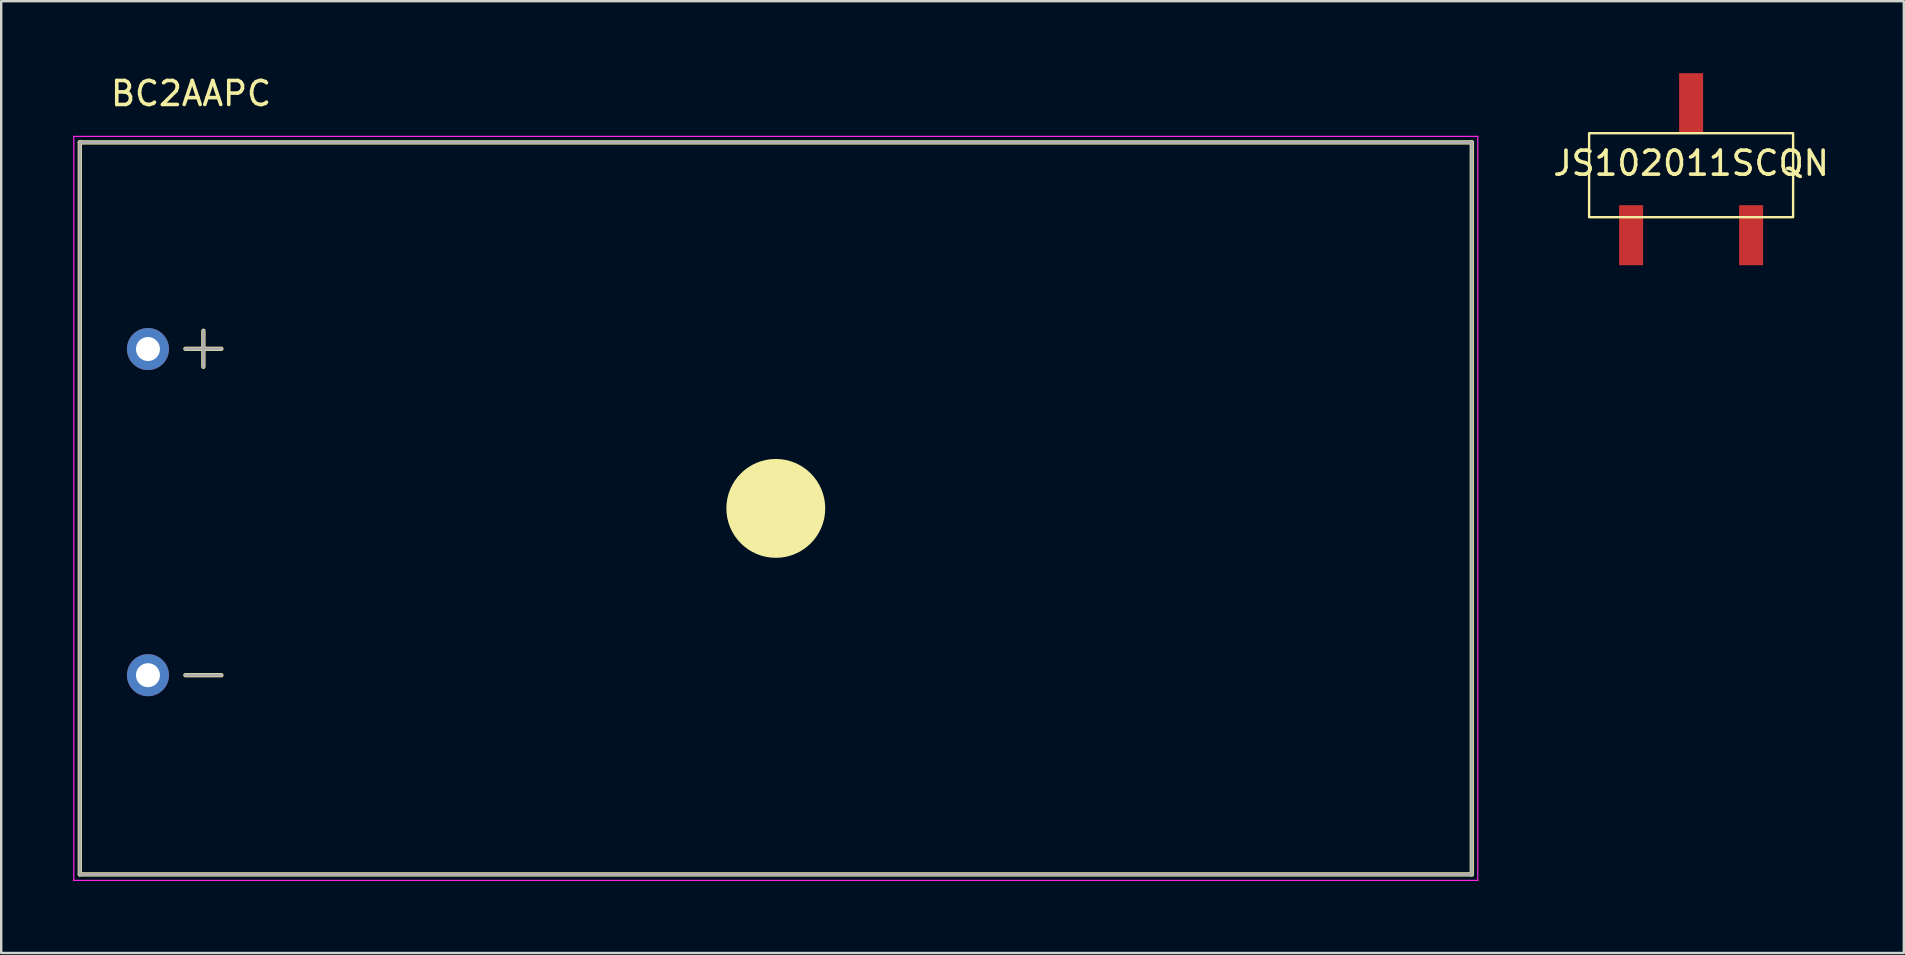
<source format=kicad_pcb>
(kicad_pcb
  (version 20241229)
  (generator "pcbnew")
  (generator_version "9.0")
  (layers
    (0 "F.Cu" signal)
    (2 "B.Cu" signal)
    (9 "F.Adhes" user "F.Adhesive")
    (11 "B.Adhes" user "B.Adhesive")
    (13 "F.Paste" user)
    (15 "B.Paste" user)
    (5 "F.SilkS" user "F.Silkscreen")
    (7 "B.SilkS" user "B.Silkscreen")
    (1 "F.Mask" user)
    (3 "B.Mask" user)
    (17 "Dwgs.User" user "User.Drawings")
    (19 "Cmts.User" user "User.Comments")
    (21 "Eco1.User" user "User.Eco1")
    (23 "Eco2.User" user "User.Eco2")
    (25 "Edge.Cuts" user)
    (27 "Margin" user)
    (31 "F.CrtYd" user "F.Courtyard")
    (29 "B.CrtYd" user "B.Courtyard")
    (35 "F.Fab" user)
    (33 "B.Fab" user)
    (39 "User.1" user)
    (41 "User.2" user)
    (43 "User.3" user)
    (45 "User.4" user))
  (footprint "JS102011SCQN"
    (layer "F.Cu")
    (at 67.413 4.25)
    (property "Reference" "JS102011SCQN" (at 0 -0.5 0) (unlocked yes) (layer "F.SilkS") (effects (font (size 1 1) (thickness 0.15))))
    (attr smd)
    (fp_rect (start -4.25 -1.75) (end 4.25 1.75) (stroke (width 0.1) (type solid)) (fill no) (layer "F.SilkS"))
    (pad "1" smd rect (at -2.5 2.5) (size 1 2.5) (layers "F.Cu" "F.Mask" "F.Paste"))
    (pad "2" smd rect (at 0 -3) (size 1 2.5) (layers "F.Cu" "F.Mask" "F.Paste"))
    (pad "3" smd rect (at 2.5 2.5) (size 1 2.5) (layers "F.Cu" "F.Mask" "F.Paste")))
  (footprint "BC2AAPC"
    (layer "F.Cu")
    (at 29.275 18.133)
    (property "Reference" "BC2AAPC" (at -24.365 -17.285 0) (layer "F.SilkS") (effects (font (size 1 1) (thickness 0.15))))
    (attr through_hole)
    (fp_line (start -29 -15.25) (end 29 -15.25) (stroke (width 0.178) (type solid)) (layer "F.SilkS"))
    (fp_line (start -29 15.25) (end -29 -15.25) (stroke (width 0.178) (type solid)) (layer "F.SilkS"))
    (fp_line (start -24.6 -6.65) (end -23.1 -6.65) (stroke (width 0.178) (type solid)) (layer "F.SilkS"))
    (fp_line (start -24.6 6.95) (end -23.1 6.95) (stroke (width 0.178) (type solid)) (layer "F.SilkS"))
    (fp_line (start -23.85 -5.9) (end -23.85 -7.4) (stroke (width 0.178) (type solid)) (layer "F.SilkS"))
    (fp_line (start 29 -15.25) (end 29 15.25) (stroke (width 0.178) (type solid)) (layer "F.SilkS"))
    (fp_line (start 29 15.25) (end -29 15.25) (stroke (width 0.178) (type solid)) (layer "F.SilkS"))
    (fp_circle (center 0 0) (end 2 0) (stroke (width 0.12) (type solid)) (fill yes) (layer "F.SilkS"))
    (fp_line (start -29.25 -15.5) (end -29.25 15.5) (stroke (width 0.05) (type solid)) (layer "F.CrtYd"))
    (fp_line (start -29.25 15.5) (end 29.25 15.5) (stroke (width 0.05) (type solid)) (layer "F.CrtYd"))
    (fp_line (start 29.25 -15.5) (end -29.25 -15.5) (stroke (width 0.05) (type solid)) (layer "F.CrtYd"))
    (fp_line (start 29.25 15.5) (end 29.25 -15.5) (stroke (width 0.05) (type solid)) (layer "F.CrtYd"))
    (fp_line (start -29 -15.25) (end 29 -15.25) (stroke (width 0.127) (type solid)) (layer "F.Fab"))
    (fp_line (start -29 15.25) (end -29 -15.25) (stroke (width 0.127) (type solid)) (layer "F.Fab"))
    (fp_line (start -24.6 -6.65) (end -23.1 -6.65) (stroke (width 0.127) (type solid)) (layer "F.Fab"))
    (fp_line (start -24.6 6.95) (end -23.1 6.95) (stroke (width 0.127) (type solid)) (layer "F.Fab"))
    (fp_line (start -23.85 -5.9) (end -23.85 -7.4) (stroke (width 0.127) (type solid)) (layer "F.Fab"))
    (fp_line (start 29 -15.25) (end 29 15.25) (stroke (width 0.127) (type solid)) (layer "F.Fab"))
    (fp_line (start 29 15.25) (end -29 15.25) (stroke (width 0.127) (type solid)) (layer "F.Fab"))
    (pad "1" thru_hole circle (at -26.16 -6.64) (size 1.75 1.75) (drill 1) (layers "*.Cu" "*.Mask"))
    (pad "2" thru_hole circle (at -26.16 6.95) (size 1.75 1.75) (drill 1) (layers "*.Cu" "*.Mask")))
  (gr_rect
    (start -3 -3)
    (end 76.276 36.658)
    (stroke (width 0.1) (type default))
    (fill no)
    (layer "Edge.Cuts")))
</source>
